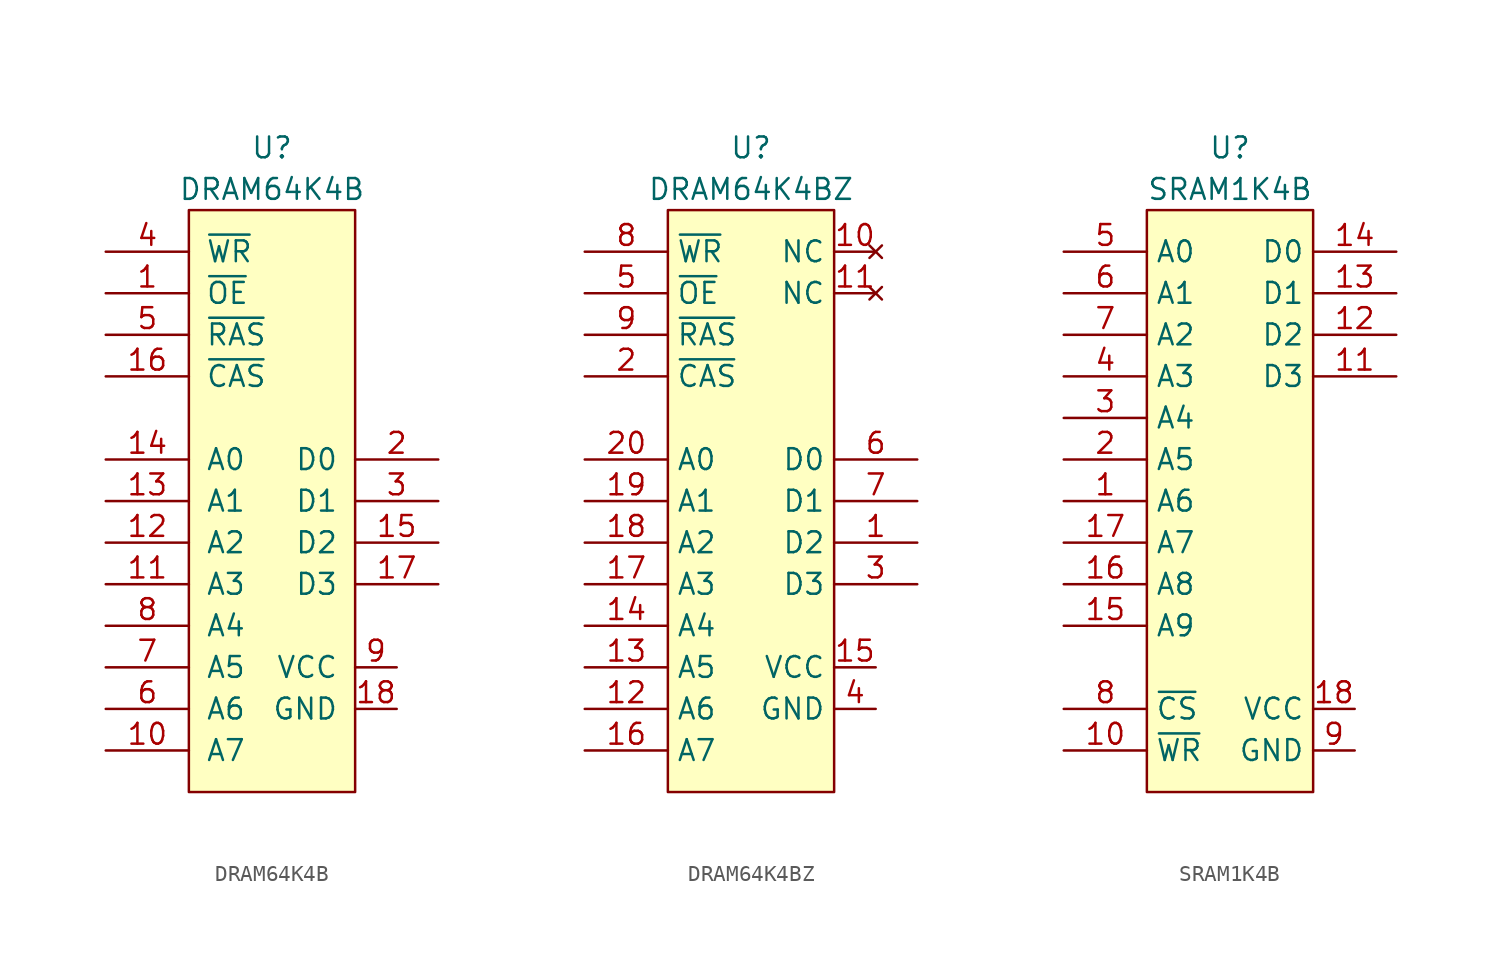
<source format=kicad_sym>
(kicad_symbol_lib
  (version 20220914)
  (generator kicad_symbol_editor)
  (symbol "DRAM64K4B"
    (pin_names
      (offset 1.016))
    (property "Reference" "U"
      (at 0 21.59 0)
      (effects (font (size 1.27 1.27))))
    (property "Value" "DRAM64K4B"
      (at 0 19.05 0)
      (effects (font (size 1.27 1.27))))
    (symbol "DRAM64K4B_0_0"
      (rectangle (start -5.08 17.78) (end 5.08 -17.78) (stroke (width 0) (type default)) (fill (type background)))
      (pin input line (at 7.62 -12.7 180) (length 2.54) (name "GND" (effects (font (size 1.27 1.27)))) (number "18" (effects (font (size 1.27 1.27)))))
      (pin input line (at 7.62 -10.16 180) (length 2.54) (name "VCC" (effects (font (size 1.27 1.27)))) (number "9" (effects (font (size 1.27 1.27))))))
    (symbol "DRAM64K4B_1_0"
      (pin input line (at -10.16 12.7 0) (length 5.08) (name "~{OE}" (effects (font (size 1.27 1.27)))) (number "1" (effects (font (size 1.27 1.27)))))
      (pin input line (at -10.16 -15.24 0) (length 5.08) (name "A7" (effects (font (size 1.27 1.27)))) (number "10" (effects (font (size 1.27 1.27)))))
      (pin input line (at -10.16 -5.08 0) (length 5.08) (name "A3" (effects (font (size 1.27 1.27)))) (number "11" (effects (font (size 1.27 1.27)))))
      (pin input line (at -10.16 -2.54 0) (length 5.08) (name "A2" (effects (font (size 1.27 1.27)))) (number "12" (effects (font (size 1.27 1.27)))))
      (pin input line (at -10.16 0 0) (length 5.08) (name "A1" (effects (font (size 1.27 1.27)))) (number "13" (effects (font (size 1.27 1.27)))))
      (pin input line (at -10.16 2.54 0) (length 5.08) (name "A0" (effects (font (size 1.27 1.27)))) (number "14" (effects (font (size 1.27 1.27)))))
      (pin bidirectional line (at 10.16 -2.54 180) (length 5.08) (name "D2" (effects (font (size 1.27 1.27)))) (number "15" (effects (font (size 1.27 1.27)))))
      (pin input line (at -10.16 7.62 0) (length 5.08) (name "~{CAS}" (effects (font (size 1.27 1.27)))) (number "16" (effects (font (size 1.27 1.27)))))
      (pin bidirectional line (at 10.16 -5.08 180) (length 5.08) (name "D3" (effects (font (size 1.27 1.27)))) (number "17" (effects (font (size 1.27 1.27)))))
      (pin bidirectional line (at 10.16 2.54 180) (length 5.08) (name "D0" (effects (font (size 1.27 1.27)))) (number "2" (effects (font (size 1.27 1.27)))))
      (pin bidirectional line (at 10.16 0 180) (length 5.08) (name "D1" (effects (font (size 1.27 1.27)))) (number "3" (effects (font (size 1.27 1.27)))))
      (pin input line (at -10.16 15.24 0) (length 5.08) (name "~{WR}" (effects (font (size 1.27 1.27)))) (number "4" (effects (font (size 1.27 1.27)))))
      (pin input line (at -10.16 10.16 0) (length 5.08) (name "~{RAS}" (effects (font (size 1.27 1.27)))) (number "5" (effects (font (size 1.27 1.27)))))
      (pin input line (at -10.16 -12.7 0) (length 5.08) (name "A6" (effects (font (size 1.27 1.27)))) (number "6" (effects (font (size 1.27 1.27)))))
      (pin input line (at -10.16 -10.16 0) (length 5.08) (name "A5" (effects (font (size 1.27 1.27)))) (number "7" (effects (font (size 1.27 1.27)))))
      (pin input line (at -10.16 -7.62 0) (length 5.08) (name "A4" (effects (font (size 1.27 1.27)))) (number "8" (effects (font (size 1.27 1.27)))))))
  (symbol "DRAM64K4BZ"
    (property "Reference" "U"
      (at 0 21.59 0)
      (effects (font (size 1.27 1.27))))
    (property "Value" "DRAM64K4BZ"
      (at 0 19.05 0)
      (effects (font (size 1.27 1.27))))
    (symbol "DRAM64K4BZ_0_0"
      (rectangle (start -5.08 17.78) (end 5.08 -17.78) (stroke (width 0) (type default)) (fill (type background)))
      (pin bidirectional line (at 10.16 -2.54 180) (length 5.08) (name "D2" (effects (font (size 1.27 1.27)))) (number "1" (effects (font (size 1.27 1.27)))))
      (pin no_connect line (at 7.62 15.24 180) (length 2.54) (name "NC" (effects (font (size 1.27 1.27)))) (number "10" (effects (font (size 1.27 1.27)))))
      (pin no_connect line (at 7.62 12.7 180) (length 2.54) (name "NC" (effects (font (size 1.27 1.27)))) (number "11" (effects (font (size 1.27 1.27)))))
      (pin input line (at -10.16 -12.7 0) (length 5.08) (name "A6" (effects (font (size 1.27 1.27)))) (number "12" (effects (font (size 1.27 1.27)))))
      (pin input line (at -10.16 -10.16 0) (length 5.08) (name "A5" (effects (font (size 1.27 1.27)))) (number "13" (effects (font (size 1.27 1.27)))))
      (pin input line (at -10.16 -7.62 0) (length 5.08) (name "A4" (effects (font (size 1.27 1.27)))) (number "14" (effects (font (size 1.27 1.27)))))
      (pin input line (at 7.62 -10.16 180) (length 2.54) (name "VCC" (effects (font (size 1.27 1.27)))) (number "15" (effects (font (size 1.27 1.27)))))
      (pin input line (at -10.16 -15.24 0) (length 5.08) (name "A7" (effects (font (size 1.27 1.27)))) (number "16" (effects (font (size 1.27 1.27)))))
      (pin input line (at -10.16 -5.08 0) (length 5.08) (name "A3" (effects (font (size 1.27 1.27)))) (number "17" (effects (font (size 1.27 1.27)))))
      (pin input line (at -10.16 -2.54 0) (length 5.08) (name "A2" (effects (font (size 1.27 1.27)))) (number "18" (effects (font (size 1.27 1.27)))))
      (pin input line (at -10.16 0 0) (length 5.08) (name "A1" (effects (font (size 1.27 1.27)))) (number "19" (effects (font (size 1.27 1.27)))))
      (pin input line (at -10.16 7.62 0) (length 5.08) (name "~{CAS}" (effects (font (size 1.27 1.27)))) (number "2" (effects (font (size 1.27 1.27)))))
      (pin input line (at -10.16 2.54 0) (length 5.08) (name "A0" (effects (font (size 1.27 1.27)))) (number "20" (effects (font (size 1.27 1.27)))))
      (pin bidirectional line (at 10.16 -5.08 180) (length 5.08) (name "D3" (effects (font (size 1.27 1.27)))) (number "3" (effects (font (size 1.27 1.27)))))
      (pin input line (at 7.62 -12.7 180) (length 2.54) (name "GND" (effects (font (size 1.27 1.27)))) (number "4" (effects (font (size 1.27 1.27)))))
      (pin input line (at -10.16 12.7 0) (length 5.08) (name "~{OE}" (effects (font (size 1.27 1.27)))) (number "5" (effects (font (size 1.27 1.27)))))
      (pin bidirectional line (at 10.16 2.54 180) (length 5.08) (name "D0" (effects (font (size 1.27 1.27)))) (number "6" (effects (font (size 1.27 1.27)))))
      (pin bidirectional line (at 10.16 0 180) (length 5.08) (name "D1" (effects (font (size 1.27 1.27)))) (number "7" (effects (font (size 1.27 1.27)))))
      (pin input line (at -10.16 15.24 0) (length 5.08) (name "~{WR}" (effects (font (size 1.27 1.27)))) (number "8" (effects (font (size 1.27 1.27)))))
      (pin input line (at -10.16 10.16 0) (length 5.08) (name "~{RAS}" (effects (font (size 1.27 1.27)))) (number "9" (effects (font (size 1.27 1.27)))))))
  (symbol "SRAM1K4B"
    (property "Reference" "U"
      (at 0 21.59 0)
      (effects (font (size 1.27 1.27))))
    (property "Value" "SRAM1K4B"
      (at 0 19.05 0)
      (effects (font (size 1.27 1.27))))
    (symbol "SRAM1K4B_0_1"
      (rectangle (start -5.08 17.78) (end 5.08 -17.78) (stroke (width 0) (type default)) (fill (type background))))
    (symbol "SRAM1K4B_1_1"
      (pin input line (at -10.16 0 0) (length 5.08) (name "A6" (effects (font (size 1.27 1.27)))) (number "1" (effects (font (size 1.27 1.27)))))
      (pin input line (at -10.16 -15.24 0) (length 5.08) (name "~{WR}" (effects (font (size 1.27 1.27)))) (number "10" (effects (font (size 1.27 1.27)))))
      (pin tri_state line (at 10.16 7.62 180) (length 5.08) (name "D3" (effects (font (size 1.27 1.27)))) (number "11" (effects (font (size 1.27 1.27)))))
      (pin tri_state line (at 10.16 10.16 180) (length 5.08) (name "D2" (effects (font (size 1.27 1.27)))) (number "12" (effects (font (size 1.27 1.27)))))
      (pin tri_state line (at 10.16 12.7 180) (length 5.08) (name "D1" (effects (font (size 1.27 1.27)))) (number "13" (effects (font (size 1.27 1.27)))))
      (pin tri_state line (at 10.16 15.24 180) (length 5.08) (name "D0" (effects (font (size 1.27 1.27)))) (number "14" (effects (font (size 1.27 1.27)))))
      (pin input line (at -10.16 -7.62 0) (length 5.08) (name "A9" (effects (font (size 1.27 1.27)))) (number "15" (effects (font (size 1.27 1.27)))))
      (pin input line (at -10.16 -5.08 0) (length 5.08) (name "A8" (effects (font (size 1.27 1.27)))) (number "16" (effects (font (size 1.27 1.27)))))
      (pin input line (at -10.16 -2.54 0) (length 5.08) (name "A7" (effects (font (size 1.27 1.27)))) (number "17" (effects (font (size 1.27 1.27)))))
      (pin power_in line (at 7.62 -12.7 180) (length 2.54) (name "VCC" (effects (font (size 1.27 1.27)))) (number "18" (effects (font (size 1.27 1.27)))))
      (pin input line (at -10.16 2.54 0) (length 5.08) (name "A5" (effects (font (size 1.27 1.27)))) (number "2" (effects (font (size 1.27 1.27)))))
      (pin input line (at -10.16 5.08 0) (length 5.08) (name "A4" (effects (font (size 1.27 1.27)))) (number "3" (effects (font (size 1.27 1.27)))))
      (pin input line (at -10.16 7.62 0) (length 5.08) (name "A3" (effects (font (size 1.27 1.27)))) (number "4" (effects (font (size 1.27 1.27)))))
      (pin input line (at -10.16 15.24 0) (length 5.08) (name "A0" (effects (font (size 1.27 1.27)))) (number "5" (effects (font (size 1.27 1.27)))))
      (pin input line (at -10.16 12.7 0) (length 5.08) (name "A1" (effects (font (size 1.27 1.27)))) (number "6" (effects (font (size 1.27 1.27)))))
      (pin input line (at -10.16 10.16 0) (length 5.08) (name "A2" (effects (font (size 1.27 1.27)))) (number "7" (effects (font (size 1.27 1.27)))))
      (pin input line (at -10.16 -12.7 0) (length 5.08) (name "~{CS}" (effects (font (size 1.27 1.27)))) (number "8" (effects (font (size 1.27 1.27)))))
      (pin power_in line (at 7.62 -15.24 180) (length 2.54) (name "GND" (effects (font (size 1.27 1.27)))) (number "9" (effects (font (size 1.27 1.27))))))))
</source>
